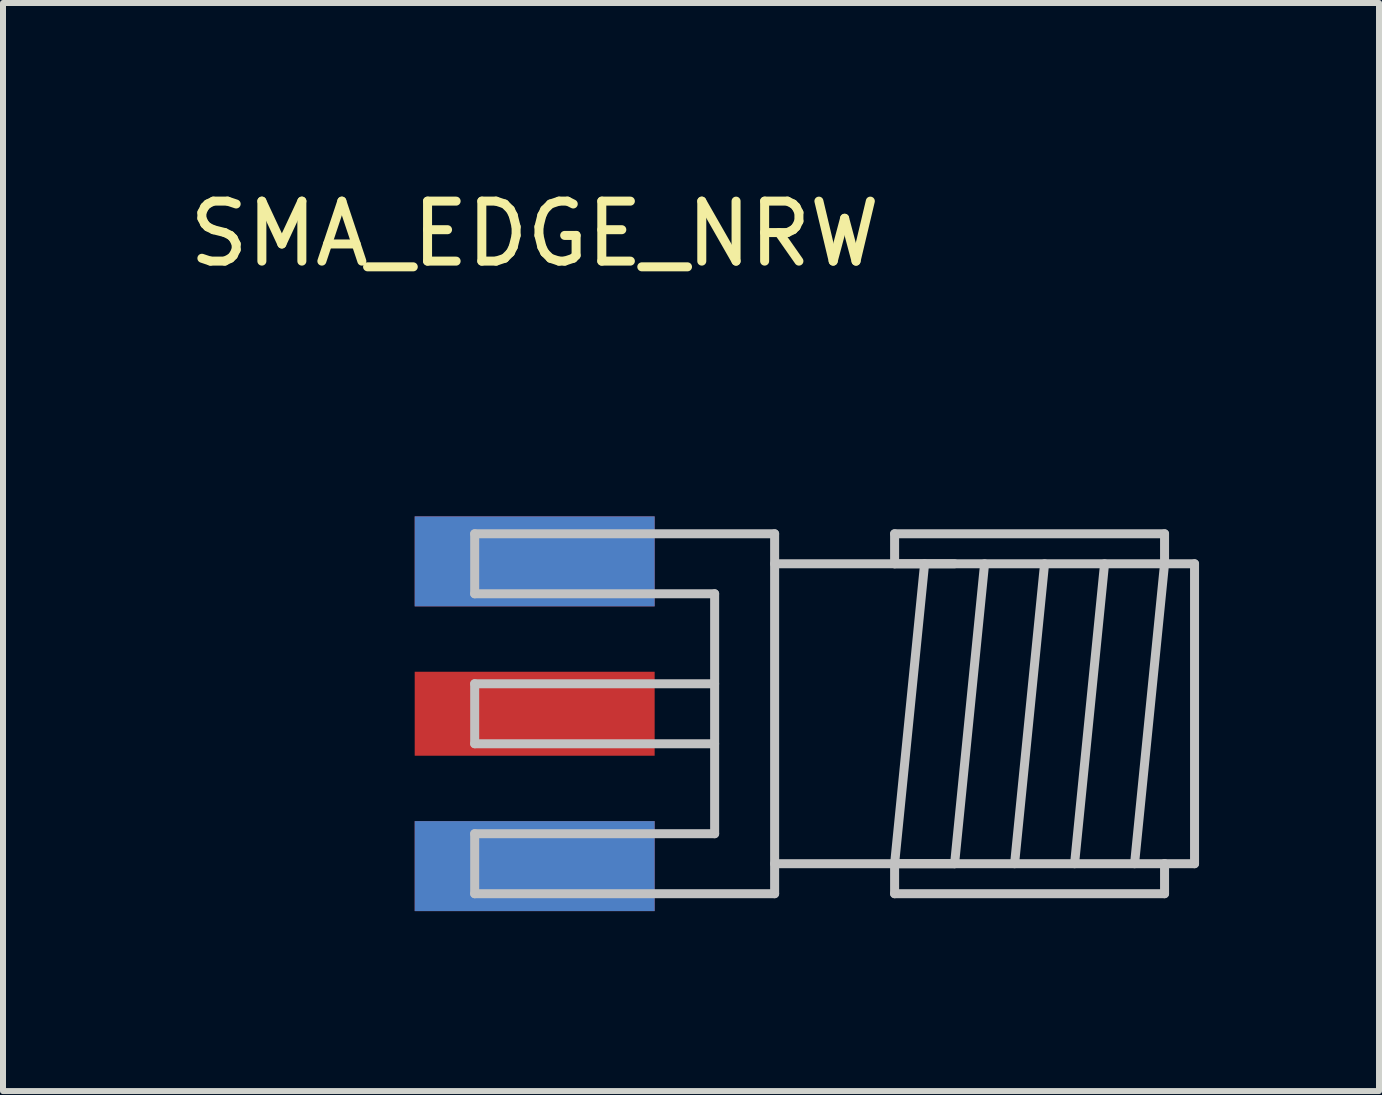
<source format=kicad_pcb>
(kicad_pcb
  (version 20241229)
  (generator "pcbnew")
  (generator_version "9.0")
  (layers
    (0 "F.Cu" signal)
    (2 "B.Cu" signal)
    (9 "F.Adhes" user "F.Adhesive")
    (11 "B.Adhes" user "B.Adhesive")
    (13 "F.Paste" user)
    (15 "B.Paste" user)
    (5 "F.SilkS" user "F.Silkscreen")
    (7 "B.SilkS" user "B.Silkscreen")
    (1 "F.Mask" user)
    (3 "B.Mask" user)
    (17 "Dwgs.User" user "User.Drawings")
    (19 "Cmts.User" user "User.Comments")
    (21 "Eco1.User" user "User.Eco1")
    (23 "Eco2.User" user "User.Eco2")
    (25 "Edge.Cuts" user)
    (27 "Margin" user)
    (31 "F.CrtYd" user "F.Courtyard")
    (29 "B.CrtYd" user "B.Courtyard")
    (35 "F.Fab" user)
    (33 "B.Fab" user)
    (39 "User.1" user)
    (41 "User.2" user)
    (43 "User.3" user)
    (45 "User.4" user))
  (footprint "SMA_EDGE_NRW"
    (layer "F.Cu")
    (at 5.863 8.848)
    (property "Reference" "SMA_EDGE_NRW" (at 0 -8 0) (layer "F.SilkS") (effects (font (size 1 1) (thickness 0.15))))
    (attr through_hole)
    (fp_line (start -1 -3) (end -1 -2) (stroke (width 0.15) (type solid)) (layer "Dwgs.User"))
    (fp_line (start -1 -3) (end 4 -3) (stroke (width 0.15) (type solid)) (layer "Dwgs.User"))
    (fp_line (start -1 -2) (end 3 -2) (stroke (width 0.15) (type solid)) (layer "Dwgs.User"))
    (fp_line (start -1 -0.5) (end -1 0.5) (stroke (width 0.15) (type solid)) (layer "Dwgs.User"))
    (fp_line (start -1 0.5) (end 3 0.5) (stroke (width 0.15) (type solid)) (layer "Dwgs.User"))
    (fp_line (start -1 2) (end -1 3) (stroke (width 0.15) (type solid)) (layer "Dwgs.User"))
    (fp_line (start -1 3) (end 4 3) (stroke (width 0.15) (type solid)) (layer "Dwgs.User"))
    (fp_line (start 3 -2) (end 3 2) (stroke (width 0.15) (type solid)) (layer "Dwgs.User"))
    (fp_line (start 3 -0.5) (end -1 -0.5) (stroke (width 0.15) (type solid)) (layer "Dwgs.User"))
    (fp_line (start 3 2) (end -1 2) (stroke (width 0.15) (type solid)) (layer "Dwgs.User"))
    (fp_line (start 4 3) (end 4 -3) (stroke (width 0.15) (type solid)) (layer "Dwgs.User"))
    (fp_line (start 6 -3) (end 6 -2.5) (stroke (width 0.15) (type solid)) (layer "Dwgs.User"))
    (fp_line (start 6 -2.5) (end 10.5 -2.5) (stroke (width 0.15) (type solid)) (layer "Dwgs.User"))
    (fp_line (start 6 2.5) (end 10.5 2.5) (stroke (width 0.15) (type solid)) (layer "Dwgs.User"))
    (fp_line (start 6 3) (end 6 2.5) (stroke (width 0.15) (type solid)) (layer "Dwgs.User"))
    (fp_line (start 6 3) (end 10.5 3) (stroke (width 0.15) (type solid)) (layer "Dwgs.User"))
    (fp_line (start 6.5 -2.5) (end 6 2.5) (stroke (width 0.15) (type solid)) (layer "Dwgs.User"))
    (fp_line (start 7 -2.5) (end 4 -2.5) (stroke (width 0.15) (type solid)) (layer "Dwgs.User"))
    (fp_line (start 7 2.5) (end 4 2.5) (stroke (width 0.15) (type solid)) (layer "Dwgs.User"))
    (fp_line (start 7.5 -2.5) (end 7 2.5) (stroke (width 0.15) (type solid)) (layer "Dwgs.User"))
    (fp_line (start 8.5 -2.5) (end 8 2.5) (stroke (width 0.15) (type solid)) (layer "Dwgs.User"))
    (fp_line (start 9.5 -2.5) (end 9 2.5) (stroke (width 0.15) (type solid)) (layer "Dwgs.User"))
    (fp_line (start 10.5 -3) (end 6 -3) (stroke (width 0.15) (type solid)) (layer "Dwgs.User"))
    (fp_line (start 10.5 -2.5) (end 10 2.5) (stroke (width 0.15) (type solid)) (layer "Dwgs.User"))
    (fp_line (start 10.5 -2.5) (end 10.5 -3) (stroke (width 0.15) (type solid)) (layer "Dwgs.User"))
    (fp_line (start 10.5 2.5) (end 10.5 3) (stroke (width 0.15) (type solid)) (layer "Dwgs.User"))
    (fp_line (start 11 -2.5) (end 10.5 -2.5) (stroke (width 0.15) (type solid)) (layer "Dwgs.User"))
    (fp_line (start 11 -2.5) (end 11 2.5) (stroke (width 0.15) (type solid)) (layer "Dwgs.User"))
    (fp_line (start 11 2.5) (end 10.5 2.5) (stroke (width 0.15) (type solid)) (layer "Dwgs.User"))
    (pad "1" smd rect (at 0 0) (size 4 1.4) (layers "F.Cu" "F.Mask" "F.Paste"))
    (pad "2" smd rect (at 0 -2.54) (size 4 1.5) (layers "F.Cu" "F.Mask" "F.Paste"))
    (pad "2" smd rect (at 0 -2.54) (size 4 1.5) (layers "B.Cu" "B.Mask" "B.Paste"))
    (pad "2" smd rect (at 0 2.54) (size 4 1.5) (layers "F.Cu" "F.Mask" "F.Paste"))
    (pad "2" smd rect (at 0 2.54) (size 4 1.5) (layers "B.Cu" "B.Mask" "B.Paste")))
  (gr_rect
    (start -3 -3)
    (end 19.938 15.138)
    (stroke (width 0.1) (type default))
    (fill no)
    (layer "Edge.Cuts")))
</source>
